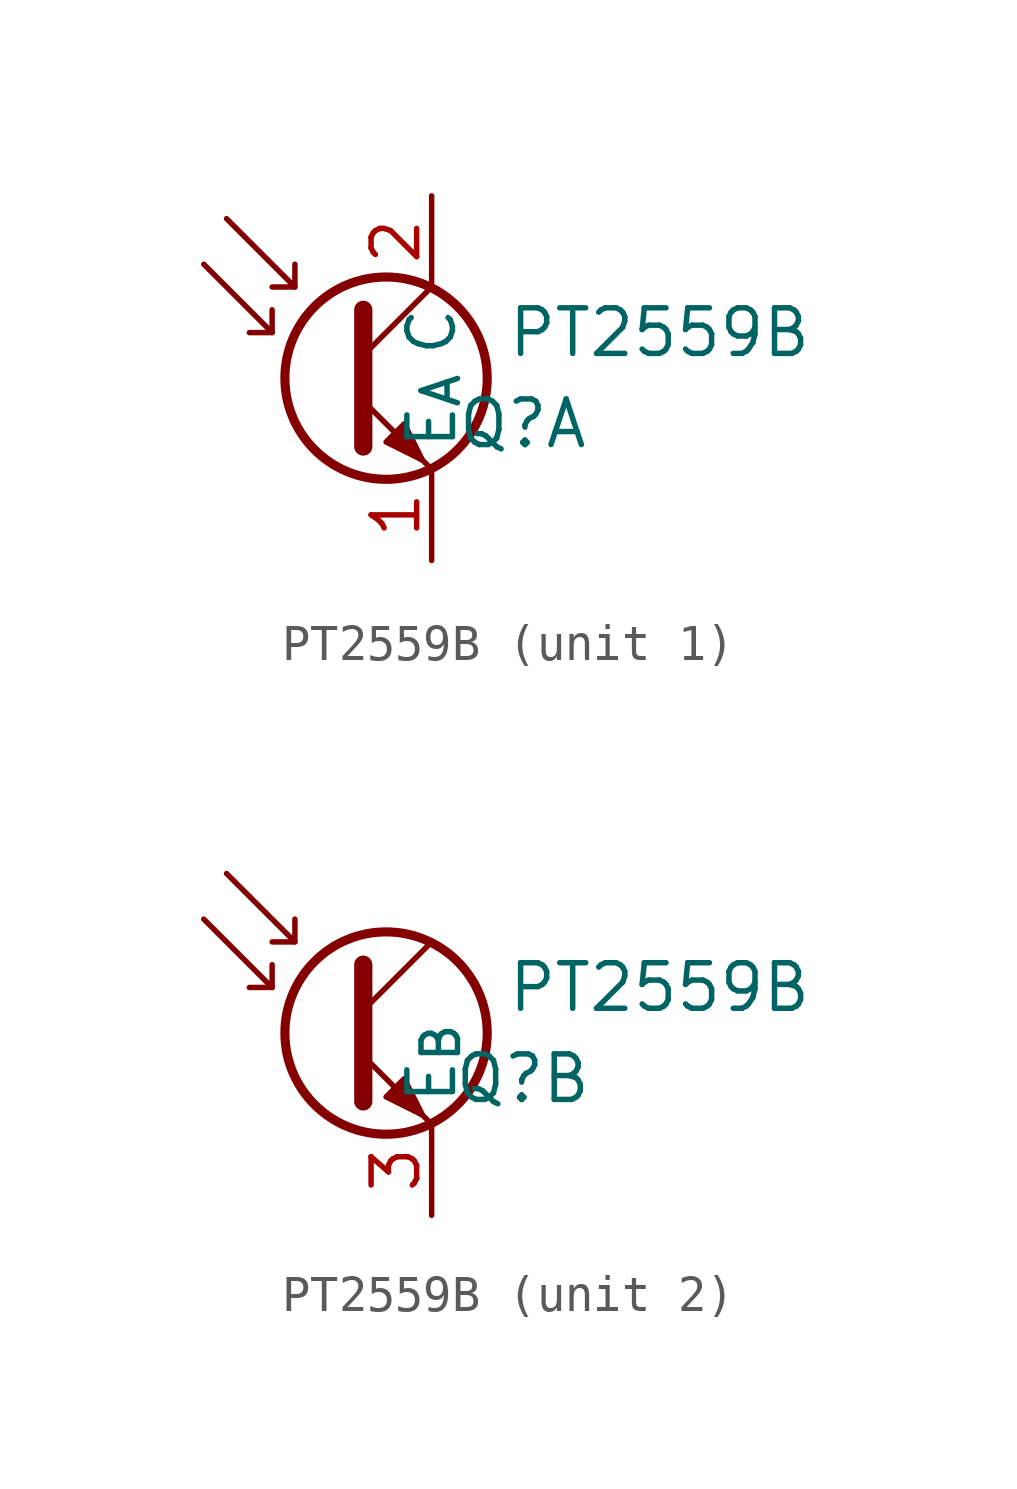
<source format=kicad_sym>
(kicad_symbol_lib
  (version 20211014)
  (generator kicad_symbol_editor)
  (symbol "PT2559B"
    (property "Reference" "Q"
      (at 2.54 3.81 0)
      (effects (font (size 1.27 1.27))))
    (property "Value" "PT2559B"
      (at 6.35 6.35 0)
      (effects (font (size 1.27 1.27))))
    (property "ki_locked" ""
      (at 0 0 0)
      (effects (font (size 1.27 1.27))))
    (symbol "PT2559B_0_1"
      (circle (center -1.27 5.08) (radius 2.819) (stroke (width 0.254) (type default) (color 0 0 0 0)) (fill (type none)))
      (polyline (pts (xy -4.445 6.35) (xy -5.08 6.35)) (stroke (width 0) (type default) (color 0 0 0 0)) (fill (type none)))
      (polyline (pts (xy -3.81 7.62) (xy -4.445 7.62)) (stroke (width 0) (type default) (color 0 0 0 0)) (fill (type none)))
      (polyline (pts (xy -1.905 5.715) (xy 0 7.62)) (stroke (width 0) (type default) (color 0 0 0 0)) (fill (type none)))
      (polyline (pts (xy -6.35 8.255) (xy -4.445 6.35) (xy -4.445 6.985)) (stroke (width 0) (type default) (color 0 0 0 0)) (fill (type none)))
      (polyline (pts (xy -5.715 9.525) (xy -3.81 7.62) (xy -3.81 8.255)) (stroke (width 0) (type default) (color 0 0 0 0)) (fill (type none)))
      (polyline (pts (xy -1.905 4.445) (xy 0 2.54) (xy 0 2.54)) (stroke (width 0) (type default) (color 0 0 0 0)) (fill (type none)))
      (polyline (pts (xy -1.905 6.985) (xy -1.905 3.175) (xy -1.905 3.175)) (stroke (width 0.508) (type default) (color 0 0 0 0)) (fill (type none)))
      (polyline (pts (xy -1.27 3.302) (xy -0.762 3.81) (xy -0.254 2.794) (xy -1.27 3.302) (xy -1.27 3.302)) (stroke (width 0) (type default) (color 0 0 0 0)) (fill (type outline))))
    (symbol "PT2559B_1_1"
      (pin passive line (at 0 0 90) (length 2.54) (name "E_{A}" (effects (font (size 1.27 1.27)))) (number "1" (effects (font (size 1.27 1.27)))))
      (pin passive line (at 0 10.16 270) (length 2.54) (name "C" (effects (font (size 1.27 1.27)))) (number "2" (effects (font (size 1.27 1.27))))))
    (symbol "PT2559B_2_1"
      (pin passive line (at 0 0 90) (length 2.54) (name "E_{B}" (effects (font (size 1.27 1.27)))) (number "3" (effects (font (size 1.27 1.27))))))))
</source>
